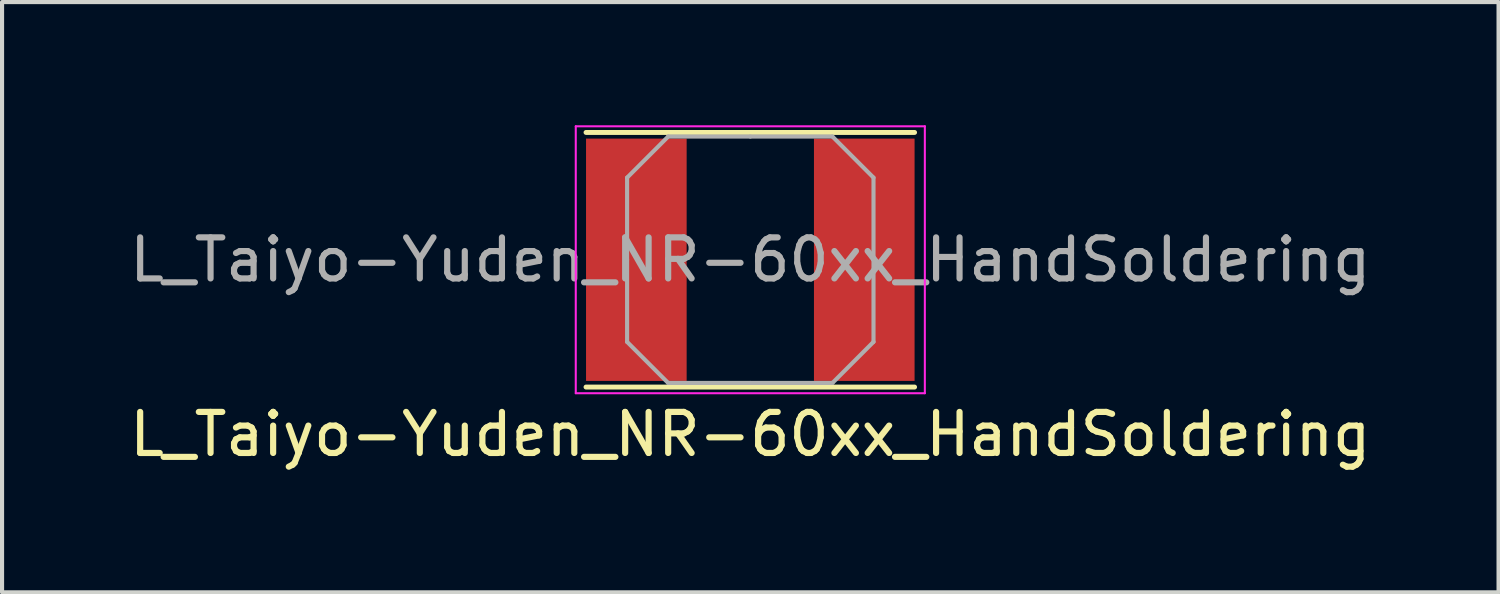
<source format=kicad_pcb>
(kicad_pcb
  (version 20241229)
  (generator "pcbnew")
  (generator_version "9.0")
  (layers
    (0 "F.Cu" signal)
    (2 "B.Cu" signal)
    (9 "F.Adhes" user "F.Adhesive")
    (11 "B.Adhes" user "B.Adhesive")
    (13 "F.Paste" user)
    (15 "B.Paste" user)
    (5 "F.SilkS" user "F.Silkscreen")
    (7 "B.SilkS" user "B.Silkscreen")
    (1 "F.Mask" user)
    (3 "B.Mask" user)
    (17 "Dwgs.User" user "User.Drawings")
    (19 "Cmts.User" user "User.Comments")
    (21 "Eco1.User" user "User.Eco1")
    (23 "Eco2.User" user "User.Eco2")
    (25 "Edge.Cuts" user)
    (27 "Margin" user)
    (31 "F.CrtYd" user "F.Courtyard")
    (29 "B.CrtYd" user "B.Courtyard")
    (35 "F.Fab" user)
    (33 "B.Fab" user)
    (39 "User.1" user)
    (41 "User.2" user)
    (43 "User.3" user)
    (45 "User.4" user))
  (footprint "L_Taiyo-Yuden_NR-60xx_HandSoldering"
    (layer "F.Cu")
    (at 15.22 3.275)
    (property "Reference" "L_Taiyo-Yuden_NR-60xx_HandSoldering" (at 0 4.25 0) (layer "F.SilkS") (effects (font (size 1 1) (thickness 0.15))))
    (attr smd)
    (fp_line (start -4 -3.1) (end 4 -3.1) (stroke (width 0.12) (type solid)) (layer "F.SilkS"))
    (fp_line (start -4 3.1) (end 4 3.1) (stroke (width 0.12) (type solid)) (layer "F.SilkS"))
    (fp_line (start -4.25 -3.25) (end -4.25 3.25) (stroke (width 0.05) (type solid)) (layer "F.CrtYd"))
    (fp_line (start -4.25 3.25) (end 4.25 3.25) (stroke (width 0.05) (type solid)) (layer "F.CrtYd"))
    (fp_line (start 4.25 -3.25) (end -4.25 -3.25) (stroke (width 0.05) (type solid)) (layer "F.CrtYd"))
    (fp_line (start 4.25 3.25) (end 4.25 -3.25) (stroke (width 0.05) (type solid)) (layer "F.CrtYd"))
    (fp_line (start -3 -2) (end -2 -3) (stroke (width 0.1) (type solid)) (layer "F.Fab"))
    (fp_line (start -3 0) (end -3 -2) (stroke (width 0.1) (type solid)) (layer "F.Fab"))
    (fp_line (start -3 0) (end -3 2) (stroke (width 0.1) (type solid)) (layer "F.Fab"))
    (fp_line (start -3 2) (end -2 3) (stroke (width 0.1) (type solid)) (layer "F.Fab"))
    (fp_line (start -2 -3) (end 0 -3) (stroke (width 0.1) (type solid)) (layer "F.Fab"))
    (fp_line (start -2 3) (end 0 3) (stroke (width 0.1) (type solid)) (layer "F.Fab"))
    (fp_line (start 2 -3) (end 0 -3) (stroke (width 0.1) (type solid)) (layer "F.Fab"))
    (fp_line (start 2 3) (end 0 3) (stroke (width 0.1) (type solid)) (layer "F.Fab"))
    (fp_line (start 3 -2) (end 2 -3) (stroke (width 0.1) (type solid)) (layer "F.Fab"))
    (fp_line (start 3 0) (end 3 -2) (stroke (width 0.1) (type solid)) (layer "F.Fab"))
    (fp_line (start 3 0) (end 3 2) (stroke (width 0.1) (type solid)) (layer "F.Fab"))
    (fp_line (start 3 2) (end 2 3) (stroke (width 0.1) (type solid)) (layer "F.Fab"))
    (fp_text user "${REFERENCE}" (at 0 0 0) (layer "F.Fab") (effects (font (size 1 1) (thickness 0.15))))
    (pad "1" smd rect (at -2.775 0) (size 2.45 5.9) (layers "F.Cu" "F.Mask" "F.Paste"))
    (pad "2" smd rect (at 2.775 0) (size 2.45 5.9) (layers "F.Cu" "F.Mask" "F.Paste")))
  (gr_rect
    (start -3 -3)
    (end 33.44 11.373)
    (stroke (width 0.1) (type default))
    (fill no)
    (layer "Edge.Cuts")))
</source>
